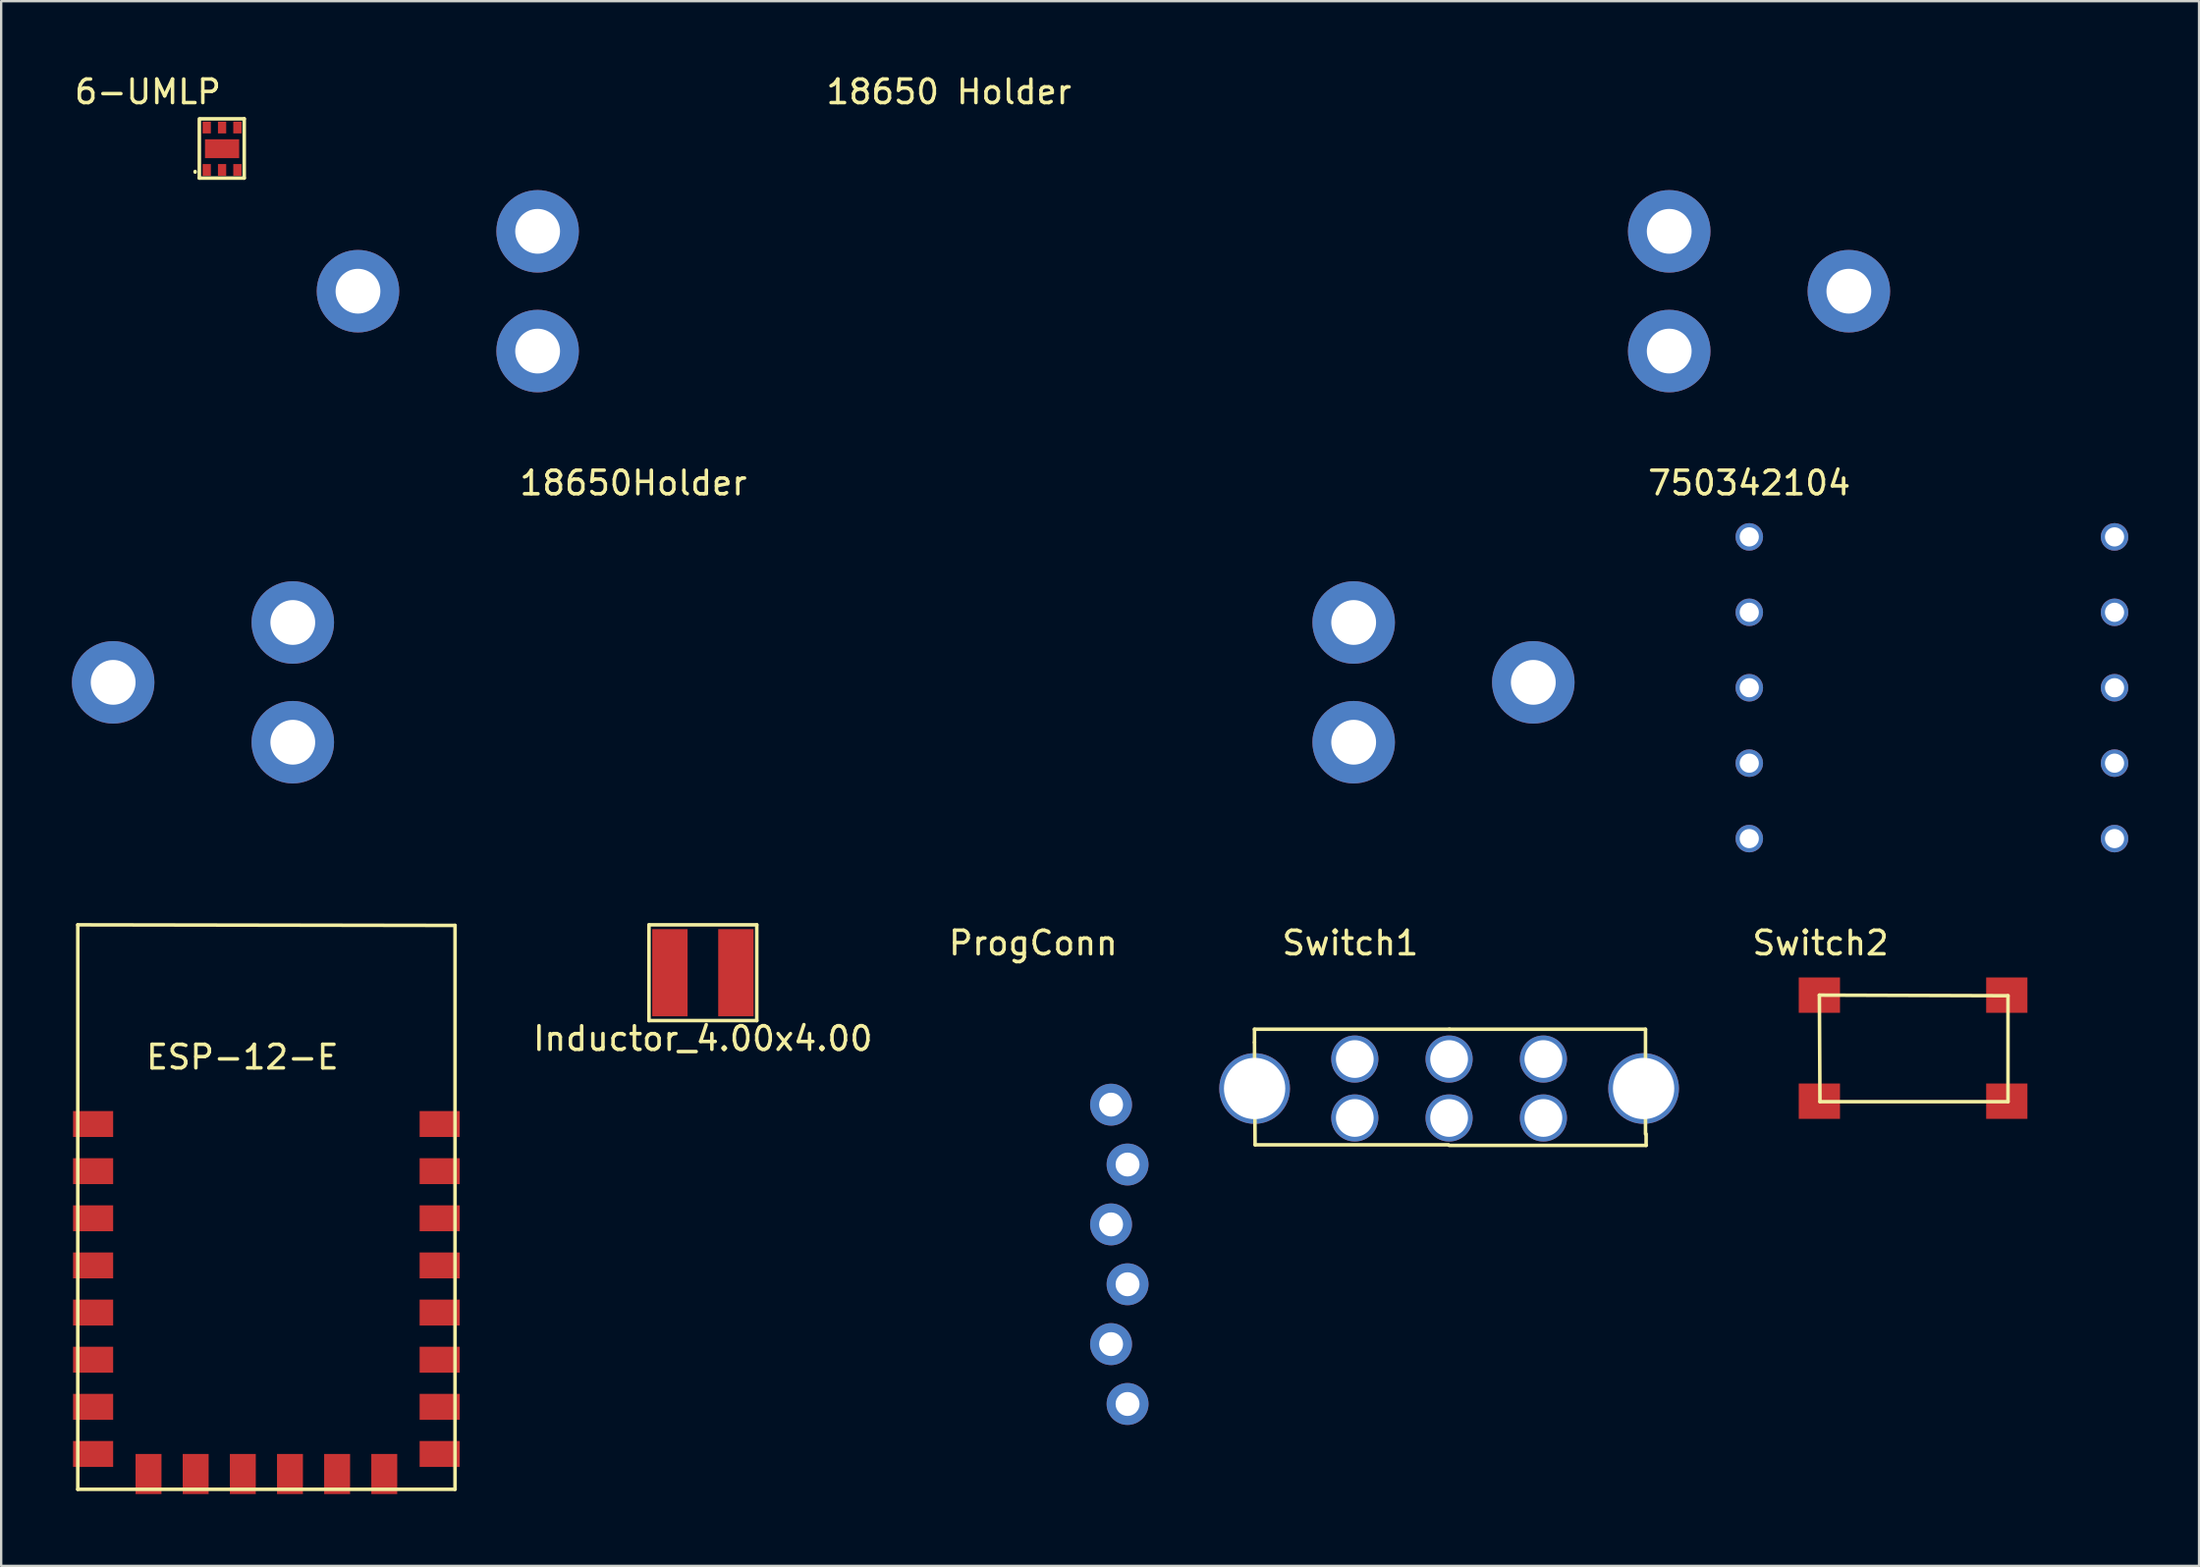
<source format=kicad_pcb>
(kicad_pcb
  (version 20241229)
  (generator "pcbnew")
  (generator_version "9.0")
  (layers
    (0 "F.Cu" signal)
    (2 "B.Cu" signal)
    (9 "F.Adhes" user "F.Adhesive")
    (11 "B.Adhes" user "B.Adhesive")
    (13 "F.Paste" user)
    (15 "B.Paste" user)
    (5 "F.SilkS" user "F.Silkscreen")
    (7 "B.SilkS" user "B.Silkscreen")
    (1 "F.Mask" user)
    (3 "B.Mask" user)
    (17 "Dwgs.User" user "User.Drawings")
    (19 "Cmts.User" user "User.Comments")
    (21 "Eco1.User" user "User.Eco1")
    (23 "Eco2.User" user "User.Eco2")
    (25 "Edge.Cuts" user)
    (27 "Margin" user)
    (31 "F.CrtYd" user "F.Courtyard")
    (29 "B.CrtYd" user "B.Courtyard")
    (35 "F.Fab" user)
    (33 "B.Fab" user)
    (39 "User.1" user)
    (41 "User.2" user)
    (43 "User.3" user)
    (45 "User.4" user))
  (footprint "Switch2"
    (layer "F.Cu")
    (at 74.124 39.175)
    (property "Reference" "Switch2" (at 0.051 -2.21 0) (layer "F.SilkS") (effects (font (size 1 1) (thickness 0.15))))
    (attr through_hole)
    (fp_line (start 0 0) (end 8.001 0.025) (stroke (width 0.15) (type solid)) (layer "F.SilkS"))
    (fp_line (start 0.025 4.521) (end 0 0) (stroke (width 0.15) (type solid)) (layer "F.SilkS"))
    (fp_line (start 8.001 0.025) (end 8.001 4.521) (stroke (width 0.15) (type solid)) (layer "F.SilkS"))
    (fp_line (start 8.001 4.521) (end 0.025 4.521) (stroke (width 0.15) (type solid)) (layer "F.SilkS"))
    (pad "1" smd rect (at 0 0) (size 1.75 1.5) (layers "F.Cu" "F.Mask" "F.Paste"))
    (pad "1" smd rect (at 7.95 0) (size 1.75 1.5) (layers "F.Cu" "F.Mask" "F.Paste"))
    (pad "2" smd rect (at 0 4.5) (size 1.75 1.5) (layers "F.Cu" "F.Mask" "F.Paste"))
    (pad "2" smd rect (at 7.95 4.5) (size 1.75 1.5) (layers "F.Cu" "F.Mask" "F.Paste")))
  (footprint "18650 Holder"
    (layer "F.Cu")
    (at 43.755 9.306)
    (property "Reference" "18650 Holder" (at -6.553 -8.458 0) (layer "F.SilkS") (effects (font (size 1 1) (thickness 0.15))))
    (attr through_hole)
    (pad "1" thru_hole circle (at -31.62 0) (size 3.5 3.5) (drill 1.9) (layers "*.Cu" "*.Mask"))
    (pad "1" thru_hole circle (at -24 -2.54) (size 3.5 3.5) (drill 1.9) (layers "*.Cu" "*.Mask"))
    (pad "1" thru_hole circle (at -24 2.54) (size 3.5 3.5) (drill 1.9) (layers "*.Cu" "*.Mask"))
    (pad "2" thru_hole circle (at 24 -2.54) (size 3.5 3.5) (drill 1.9) (layers "*.Cu" "*.Mask"))
    (pad "2" thru_hole circle (at 24 2.54) (size 3.5 3.5) (drill 1.9) (layers "*.Cu" "*.Mask"))
    (pad "2" thru_hole circle (at 31.62 0) (size 3.5 3.5) (drill 1.9) (layers "*.Cu" "*.Mask")))
  (footprint "ESP-12-E"
    (layer "F.Cu")
    (at 0.25 60.144)
    (property "Reference" "ESP-12-E" (at 6.985 -18.339 0) (layer "F.SilkS") (effects (font (size 1 1) (thickness 0.15))))
    (attr through_hole)
    (fp_line (start 0 -23.952) (end 0 0) (stroke (width 0.15) (type solid)) (layer "F.SilkS"))
    (fp_line (start 0 0) (end 16.002 0) (stroke (width 0.15) (type solid)) (layer "F.SilkS"))
    (fp_line (start 16.002 -23.927) (end 0 -23.952) (stroke (width 0.15) (type solid)) (layer "F.SilkS"))
    (fp_line (start 16.002 0) (end 16.002 -23.927) (stroke (width 0.15) (type solid)) (layer "F.SilkS"))
    (pad "1" smd rect (at 0.65 -15.5) (size 1.7 1.1) (layers "F.Cu" "F.Mask" "F.Paste"))
    (pad "2" smd rect (at 0.65 -13.5) (size 1.7 1.1) (layers "F.Cu" "F.Mask" "F.Paste"))
    (pad "3" smd rect (at 0.65 -11.5) (size 1.7 1.1) (layers "F.Cu" "F.Mask" "F.Paste"))
    (pad "4" smd rect (at 0.65 -9.5) (size 1.7 1.1) (layers "F.Cu" "F.Mask" "F.Paste"))
    (pad "5" smd rect (at 0.65 -7.5) (size 1.7 1.1) (layers "F.Cu" "F.Mask" "F.Paste"))
    (pad "6" smd rect (at 0.65 -5.5) (size 1.7 1.1) (layers "F.Cu" "F.Mask" "F.Paste"))
    (pad "7" smd rect (at 0.65 -3.5) (size 1.7 1.1) (layers "F.Cu" "F.Mask" "F.Paste"))
    (pad "8" smd rect (at 0.65 -1.5) (size 1.7 1.1) (layers "F.Cu" "F.Mask" "F.Paste"))
    (pad "9" smd rect (at 3 -0.65) (size 1.1 1.7) (layers "F.Cu" "F.Mask" "F.Paste"))
    (pad "10" smd rect (at 5 -0.65) (size 1.1 1.7) (layers "F.Cu" "F.Mask" "F.Paste"))
    (pad "11" smd rect (at 7 -0.65) (size 1.1 1.7) (layers "F.Cu" "F.Mask" "F.Paste"))
    (pad "12" smd rect (at 9 -0.65) (size 1.1 1.7) (layers "F.Cu" "F.Mask" "F.Paste"))
    (pad "13" smd rect (at 11 -0.65) (size 1.1 1.7) (layers "F.Cu" "F.Mask" "F.Paste"))
    (pad "14" smd rect (at 13 -0.65) (size 1.1 1.7) (layers "F.Cu" "F.Mask" "F.Paste"))
    (pad "15" smd rect (at 15.35 -1.5) (size 1.7 1.1) (layers "F.Cu" "F.Mask" "F.Paste"))
    (pad "16" smd rect (at 15.35 -3.5) (size 1.7 1.1) (layers "F.Cu" "F.Mask" "F.Paste"))
    (pad "17" smd rect (at 15.35 -5.5) (size 1.7 1.1) (layers "F.Cu" "F.Mask" "F.Paste"))
    (pad "18" smd rect (at 15.35 -7.5) (size 1.7 1.1) (layers "F.Cu" "F.Mask" "F.Paste"))
    (pad "19" smd rect (at 15.35 -9.5) (size 1.7 1.1) (layers "F.Cu" "F.Mask" "F.Paste"))
    (pad "20" smd rect (at 15.35 -11.5) (size 1.7 1.1) (layers "F.Cu" "F.Mask" "F.Paste"))
    (pad "21" smd rect (at 15.35 -13.5) (size 1.7 1.1) (layers "F.Cu" "F.Mask" "F.Paste"))
    (pad "22" smd rect (at 15.35 -15.5) (size 1.7 1.1) (layers "F.Cu" "F.Mask" "F.Paste")))
  (footprint "6-UMLP"
    (layer "F.Cu")
    (at 6.37 3.261)
    (property "Reference" "6-UMLP" (at -3.15 -2.413 0) (layer "F.SilkS") (effects (font (size 1 1) (thickness 0.15))))
    (attr through_hole)
    (fp_line (start -1.143 0.965) (end -1.143 0.991) (stroke (width 0.15) (type solid)) (layer "F.SilkS"))
    (fp_line (start -0.965 1.245) (end -0.965 -1.27) (stroke (width 0.15) (type solid)) (layer "F.SilkS"))
    (fp_line (start -0.914 -1.27) (end 0.94 -1.27) (stroke (width 0.15) (type solid)) (layer "F.SilkS"))
    (fp_line (start 0.94 -1.27) (end 0.94 1.245) (stroke (width 0.15) (type solid)) (layer "F.SilkS"))
    (fp_line (start 0.94 1.245) (end -0.965 1.245) (stroke (width 0.15) (type solid)) (layer "F.SilkS"))
    (pad "1" smd rect (at -0.65 0.9) (size 0.35 0.5) (layers "F.Cu" "F.Mask" "F.Paste"))
    (pad "1" smd rect (at 0 0) (size 1.45 0.8) (layers "F.Cu" "F.Mask" "F.Paste"))
    (pad "2" smd rect (at 0 0.9) (size 0.35 0.5) (layers "F.Cu" "F.Mask" "F.Paste"))
    (pad "3" smd rect (at 0.65 0.9) (size 0.35 0.5) (layers "F.Cu" "F.Mask" "F.Paste"))
    (pad "4" smd rect (at 0.65 -0.9) (size 0.35 0.5) (layers "F.Cu" "F.Mask" "F.Paste"))
    (pad "5" smd rect (at 0 -0.9) (size 0.35 0.5) (layers "F.Cu" "F.Mask" "F.Paste"))
    (pad "6" smd rect (at -0.65 -0.9) (size 0.35 0.5) (layers "F.Cu" "F.Mask" "F.Paste")))
  (footprint "ProgConn"
    (layer "F.Cu")
    (at 44.079 43.823)
    (property "Reference" "ProgConn" (at -3.302 -6.858 0) (layer "F.SilkS") (effects (font (size 1 1) (thickness 0.15))))
    (attr through_hole)
    (pad "1" thru_hole circle (at 0 0) (size 1.778 1.778) (drill 1.016) (layers "*.Cu" "*.Mask"))
    (pad "2" thru_hole circle (at 0.7 2.54) (size 1.778 1.778) (drill 1.016) (layers "*.Cu" "*.Mask"))
    (pad "3" thru_hole circle (at 0 5.08) (size 1.778 1.778) (drill 1.016) (layers "*.Cu" "*.Mask"))
    (pad "4" thru_hole circle (at 0.7 7.62) (size 1.778 1.778) (drill 1.016) (layers "*.Cu" "*.Mask"))
    (pad "5" thru_hole circle (at 0 10.16) (size 1.778 1.778) (drill 1.016) (layers "*.Cu" "*.Mask"))
    (pad "6" thru_hole circle (at 0.7 12.7) (size 1.778 1.778) (drill 1.016) (layers "*.Cu" "*.Mask")))
  (footprint "18650Holder"
    (layer "F.Cu")
    (at 30.37 25.903)
    (property "Reference" "18650Holder" (at -6.553 -8.458 0) (layer "F.SilkS") (effects (font (size 1 1) (thickness 0.15))))
    (attr through_hole)
    (pad "1" thru_hole circle (at -28.62 0) (size 3.5 3.5) (drill 1.9) (layers "*.Cu" "*.Mask"))
    (pad "1" thru_hole circle (at -21 -2.54) (size 3.5 3.5) (drill 1.9) (layers "*.Cu" "*.Mask"))
    (pad "1" thru_hole circle (at -21 2.54) (size 3.5 3.5) (drill 1.9) (layers "*.Cu" "*.Mask"))
    (pad "2" thru_hole circle (at 24 -2.54) (size 3.5 3.5) (drill 1.9) (layers "*.Cu" "*.Mask"))
    (pad "2" thru_hole circle (at 24 2.54) (size 3.5 3.5) (drill 1.9) (layers "*.Cu" "*.Mask"))
    (pad "2" thru_hole circle (at 31.62 0) (size 3.5 3.5) (drill 1.9) (layers "*.Cu" "*.Mask")))
  (footprint "Inductor_4.00x4.00"
    (layer "F.Cu")
    (at 26.765 38.224)
    (property "Reference" "Inductor_4.00x4.00" (at 0 2.794 0) (layer "F.SilkS") (effects (font (size 1 1) (thickness 0.15))))
    (attr through_hole)
    (fp_line (start -2.286 -2.032) (end -2.286 2.032) (stroke (width 0.15) (type solid)) (layer "F.SilkS"))
    (fp_line (start -2.286 -2.032) (end 2.286 -2.032) (stroke (width 0.15) (type solid)) (layer "F.SilkS"))
    (fp_line (start 2.286 -2.032) (end 2.286 2.032) (stroke (width 0.15) (type solid)) (layer "F.SilkS"))
    (fp_line (start 2.286 2.032) (end -2.286 2.032) (stroke (width 0.15) (type solid)) (layer "F.SilkS"))
    (pad "1" smd rect (at -1.4 0) (size 1.5 3.7) (layers "F.Cu" "F.Mask" "F.Paste"))
    (pad "2" smd rect (at 1.4 0) (size 1.5 3.7) (layers "F.Cu" "F.Mask" "F.Paste")))
  (footprint "Switch1"
    (layer "F.Cu")
    (at 58.418 43.137)
    (property "Reference" "Switch1" (at -4.191 -6.172 0) (layer "F.SilkS") (effects (font (size 1 1) (thickness 0.15))))
    (attr through_hole)
    (fp_line (start -8.255 -2.515) (end -8.255 -1.956) (stroke (width 0.15) (type solid)) (layer "F.SilkS"))
    (fp_line (start -8.23 2.388) (end -8.255 -1.956) (stroke (width 0.15) (type solid)) (layer "F.SilkS"))
    (fp_line (start -0.025 2.388) (end -8.23 2.388) (stroke (width 0.15) (type solid)) (layer "F.SilkS"))
    (fp_line (start 0 -2.515) (end 8.331 -2.515) (stroke (width 0.15) (type solid)) (layer "F.SilkS"))
    (fp_line (start 0 2.413) (end 8.357 2.413) (stroke (width 0.15) (type solid)) (layer "F.SilkS"))
    (fp_line (start 0.025 -2.515) (end -8.255 -2.515) (stroke (width 0.15) (type solid)) (layer "F.SilkS"))
    (fp_line (start 8.331 -2.515) (end 8.331 1.93) (stroke (width 0.15) (type solid)) (layer "F.SilkS"))
    (fp_line (start 8.357 2.413) (end 8.357 1.93) (stroke (width 0.15) (type solid)) (layer "F.SilkS"))
    (pad "" thru_hole circle (at -8.25 0) (size 3 3) (drill 2.6) (layers "*.Cu" "*.Mask"))
    (pad "" thru_hole circle (at -4 -1.25) (size 2 2) (drill 1.6) (layers "*.Cu" "*.Mask"))
    (pad "" thru_hole circle (at -4 1.25) (size 2 2) (drill 1.6) (layers "*.Cu" "*.Mask"))
    (pad "" thru_hole circle (at 8.25 0) (size 3 3) (drill 2.6) (layers "*.Cu" "*.Mask"))
    (pad "1" thru_hole circle (at 0 -1.25) (size 2 2) (drill 1.6) (layers "*.Cu" "*.Mask"))
    (pad "1" thru_hole circle (at 0 1.25) (size 2 2) (drill 1.6) (layers "*.Cu" "*.Mask"))
    (pad "2" thru_hole circle (at 4 -1.25) (size 2 2) (drill 1.6) (layers "*.Cu" "*.Mask"))
    (pad "2" thru_hole circle (at 4 1.25) (size 2 2) (drill 1.6) (layers "*.Cu" "*.Mask")))
  (footprint "750342104"
    (layer "F.Cu")
    (at 71.151 19.731)
    (property "Reference" "750342104" (at 0 -2.286 0) (layer "F.SilkS") (effects (font (size 1 1) (thickness 0.15))))
    (attr through_hole)
    (pad "1" thru_hole circle (at 0 0) (size 1.168 1.168) (drill 0.813) (layers "*.Cu" "*.Mask"))
    (pad "2" thru_hole circle (at 0 3.2) (size 1.168 1.168) (drill 0.813) (layers "*.Cu" "*.Mask"))
    (pad "3" thru_hole circle (at 0 6.401) (size 1.168 1.168) (drill 0.813) (layers "*.Cu" "*.Mask"))
    (pad "4" thru_hole circle (at 0 9.601) (size 1.168 1.168) (drill 0.813) (layers "*.Cu" "*.Mask"))
    (pad "5" thru_hole circle (at 0 12.802) (size 1.168 1.168) (drill 0.813) (layers "*.Cu" "*.Mask"))
    (pad "6" thru_hole circle (at 15.494 12.802) (size 1.168 1.168) (drill 0.813) (layers "*.Cu" "*.Mask"))
    (pad "7" thru_hole circle (at 15.494 9.601) (size 1.168 1.168) (drill 0.813) (layers "*.Cu" "*.Mask"))
    (pad "8" thru_hole circle (at 15.494 6.401) (size 1.168 1.168) (drill 0.813) (layers "*.Cu" "*.Mask"))
    (pad "9" thru_hole circle (at 15.494 3.2) (size 1.168 1.168) (drill 0.813) (layers "*.Cu" "*.Mask"))
    (pad "10" thru_hole circle (at 15.494 0) (size 1.168 1.168) (drill 0.813) (layers "*.Cu" "*.Mask")))
  (gr_rect
    (start -3 -3)
    (end 90.229 63.394)
    (stroke (width 0.1) (type default))
    (fill no)
    (layer "Edge.Cuts")))
</source>
